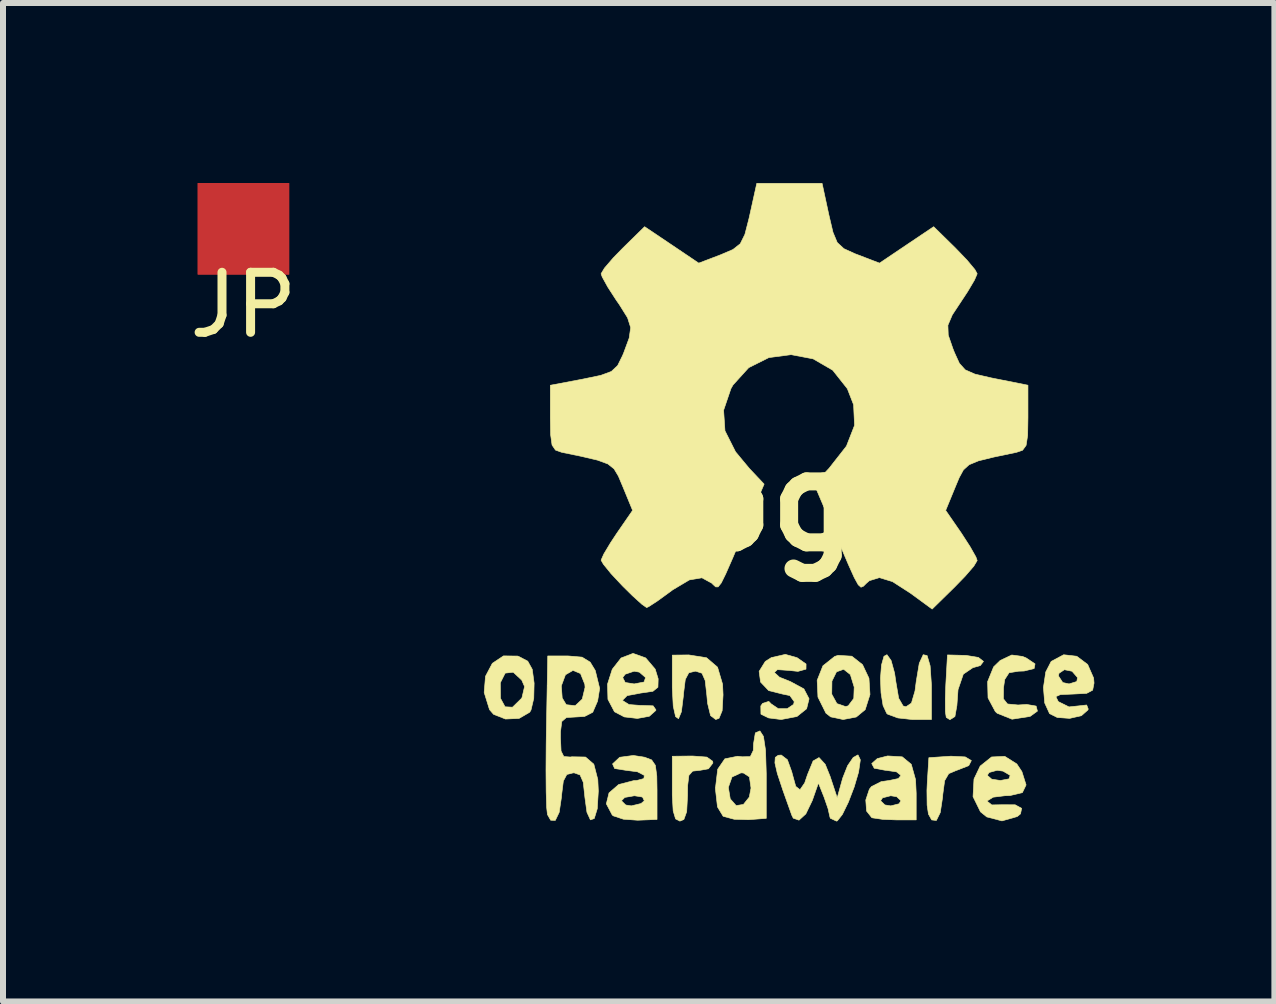
<source format=kicad_pcb>
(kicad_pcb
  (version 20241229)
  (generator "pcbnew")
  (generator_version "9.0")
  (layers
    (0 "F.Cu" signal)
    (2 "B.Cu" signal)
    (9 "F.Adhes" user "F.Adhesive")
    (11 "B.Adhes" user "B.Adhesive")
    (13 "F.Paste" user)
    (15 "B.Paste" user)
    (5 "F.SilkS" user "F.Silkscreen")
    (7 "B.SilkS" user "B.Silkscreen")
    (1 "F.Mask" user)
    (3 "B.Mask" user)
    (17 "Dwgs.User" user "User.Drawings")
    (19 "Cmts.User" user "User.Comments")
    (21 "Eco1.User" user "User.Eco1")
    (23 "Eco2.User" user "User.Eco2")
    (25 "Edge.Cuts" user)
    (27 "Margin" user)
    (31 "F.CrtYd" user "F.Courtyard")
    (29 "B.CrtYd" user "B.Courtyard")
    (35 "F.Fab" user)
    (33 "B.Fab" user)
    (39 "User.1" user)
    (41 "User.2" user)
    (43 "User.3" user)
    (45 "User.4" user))
  (footprint "logo"
    (layer "F.Cu")
    (at 10.098 5.297)
    (property "Reference" "logo" (at 0 0 0) (layer "F.SilkS") (effects (font (size 1.524 1.524) (thickness 0.3))))
    (attr through_hole)
    (fp_poly (pts (xy 2.949 2.573) (xy 3.154 2.607) (xy 3.238 2.673) (xy 3.186 2.742) (xy 3.06 2.778) (xy 2.902 2.885) (xy 2.814 3.143) (xy 2.795 3.408) (xy 2.762 3.592) (xy 2.679 3.644) (xy 2.618 3.606) (xy 2.603 3.509) (xy 2.602 3.294) (xy 2.61 3.068) (xy 2.638 2.565) (xy 2.949 2.573)) (stroke (width 0.01) (type solid)) (fill yes) (layer "F.SilkS"))
    (fp_poly (pts (xy -1.371 4.267) (xy -1.275 4.336) (xy -1.27 4.366) (xy -1.344 4.462) (xy -1.482 4.487) (xy -1.607 4.501) (xy -1.67 4.571) (xy -1.691 4.741) (xy -1.693 4.911) (xy -1.707 5.177) (xy -1.754 5.307) (xy -1.82 5.334) (xy -1.892 5.297) (xy -1.932 5.164) (xy -1.947 4.904) (xy -1.947 4.794) (xy -1.947 4.253) (xy -1.609 4.249) (xy -1.371 4.267)) (stroke (width 0.01) (type solid)) (fill yes) (layer "F.SilkS"))
    (fp_poly (pts (xy 2.934 4.264) (xy 3.036 4.325) (xy 2.993 4.409) (xy 2.794 4.487) (xy 2.788 4.488) (xy 2.659 4.543) (xy 2.591 4.66) (xy 2.56 4.889) (xy 2.557 4.935) (xy 2.518 5.191) (xy 2.453 5.323) (xy 2.375 5.314) (xy 2.321 5.217) (xy 2.299 5.068) (xy 2.296 4.822) (xy 2.302 4.689) (xy 2.328 4.277) (xy 2.696 4.252) (xy 2.934 4.264)) (stroke (width 0.01) (type solid)) (fill yes) (layer "F.SilkS"))
    (fp_poly (pts (xy 3.889 2.59) (xy 3.951 2.616) (xy 4.097 2.714) (xy 4.082 2.792) (xy 3.915 2.833) (xy 3.824 2.836) (xy 3.664 2.862) (xy 3.592 2.974) (xy 3.572 3.111) (xy 3.57 3.296) (xy 3.638 3.382) (xy 3.814 3.399) (xy 3.958 3.39) (xy 4.115 3.417) (xy 4.137 3.501) (xy 4.015 3.589) (xy 3.714 3.636) (xy 3.467 3.537) (xy 3.435 3.508) (xy 3.314 3.281) (xy 3.307 3.01) (xy 3.407 2.764) (xy 3.517 2.657) (xy 3.709 2.566) (xy 3.889 2.59)) (stroke (width 0.01) (type solid)) (fill yes) (layer "F.SilkS"))
    (fp_poly (pts (xy -1.376 2.612) (xy -1.193 2.769) (xy -1.109 3.053) (xy -1.101 3.23) (xy -1.116 3.495) (xy -1.168 3.621) (xy -1.223 3.641) (xy -1.309 3.576) (xy -1.359 3.37) (xy -1.371 3.239) (xy -1.399 2.991) (xy -1.452 2.87) (xy -1.552 2.837) (xy -1.566 2.836) (xy -1.672 2.863) (xy -1.73 2.973) (xy -1.759 3.205) (xy -1.761 3.239) (xy -1.795 3.512) (xy -1.843 3.627) (xy -1.892 3.593) (xy -1.931 3.417) (xy -1.947 3.11) (xy -1.947 3.104) (xy -1.947 2.568) (xy -1.672 2.565) (xy -1.376 2.612)) (stroke (width 0.01) (type solid)) (fill yes) (layer "F.SilkS"))
    (fp_poly (pts (xy 1.699 2.658) (xy 1.757 2.868) (xy 1.778 3.012) (xy 1.825 3.287) (xy 1.899 3.415) (xy 1.947 3.429) (xy 2.038 3.367) (xy 2.097 3.166) (xy 2.117 3.012) (xy 2.168 2.705) (xy 2.234 2.561) (xy 2.299 2.576) (xy 2.349 2.746) (xy 2.371 3.066) (xy 2.371 3.083) (xy 2.371 3.641) (xy 2.049 3.641) (xy 1.812 3.615) (xy 1.643 3.553) (xy 1.626 3.539) (xy 1.565 3.408) (xy 1.531 3.195) (xy 1.522 2.952) (xy 1.539 2.733) (xy 1.58 2.588) (xy 1.63 2.561) (xy 1.699 2.658)) (stroke (width 0.01) (type solid)) (fill yes) (layer "F.SilkS"))
    (fp_poly (pts (xy 1.044 2.586) (xy 1.223 2.727) (xy 1.33 2.954) (xy 1.347 3.225) (xy 1.267 3.477) (xy 1.119 3.599) (xy 0.9 3.641) (xy 0.692 3.597) (xy 0.613 3.535) (xy 0.48 3.267) (xy 0.478 3.219) (xy 0.71 3.219) (xy 0.796 3.376) (xy 0.94 3.425) (xy 0.984 3.413) (xy 1.077 3.29) (xy 1.084 3.101) (xy 1.02 2.892) (xy 0.908 2.804) (xy 0.789 2.847) (xy 0.713 3.001) (xy 0.71 3.219) (xy 0.478 3.219) (xy 0.467 2.988) (xy 0.563 2.746) (xy 0.759 2.59) (xy 0.816 2.572) (xy 1.044 2.586)) (stroke (width 0.01) (type solid)) (fill yes) (layer "F.SilkS"))
    (fp_poly (pts (xy -4.523 2.584) (xy -4.506 2.59) (xy -4.355 2.669) (xy -4.28 2.805) (xy -4.249 3.035) (xy -4.255 3.289) (xy -4.301 3.483) (xy -4.323 3.52) (xy -4.5 3.623) (xy -4.726 3.633) (xy -4.924 3.555) (xy -4.992 3.477) (xy -5.081 3.19) (xy -5.068 3.033) (xy -4.812 3.033) (xy -4.809 3.289) (xy -4.733 3.429) (xy -4.609 3.436) (xy -4.462 3.292) (xy -4.451 3.276) (xy -4.408 3.092) (xy -4.455 2.985) (xy -4.597 2.853) (xy -4.731 2.868) (xy -4.81 3.025) (xy -4.812 3.033) (xy -5.068 3.033) (xy -5.059 2.921) (xy -4.945 2.705) (xy -4.759 2.581) (xy -4.523 2.584)) (stroke (width 0.01) (type solid)) (fill yes) (layer "F.SilkS"))
    (fp_poly (pts (xy 0.132 2.611) (xy 0.282 2.716) (xy 0.281 2.802) (xy 0.147 2.839) (xy -0.003 2.823) (xy -0.195 2.81) (xy -0.247 2.857) (xy -0.161 2.936) (xy 0.021 3.009) (xy 0.246 3.131) (xy 0.332 3.296) (xy 0.291 3.462) (xy 0.13 3.591) (xy -0.132 3.641) (xy -0.341 3.615) (xy -0.467 3.554) (xy -0.47 3.549) (xy -0.472 3.415) (xy -0.442 3.372) (xy -0.339 3.339) (xy -0.301 3.379) (xy -0.182 3.46) (xy -0.031 3.46) (xy 0.074 3.389) (xy 0.085 3.344) (xy 0.012 3.242) (xy -0.11 3.217) (xy -0.341 3.159) (xy -0.476 3.017) (xy -0.5 2.839) (xy -0.397 2.673) (xy -0.296 2.609) (xy -0.063 2.556) (xy 0.132 2.611)) (stroke (width 0.01) (type solid)) (fill yes) (layer "F.SilkS"))
    (fp_poly (pts (xy -2.406 4.27) (xy -2.291 4.314) (xy -2.229 4.404) (xy -2.205 4.582) (xy -2.201 4.814) (xy -2.201 5.306) (xy -2.524 5.319) (xy -2.761 5.302) (xy -2.93 5.246) (xy -2.948 5.231) (xy -3.046 5.045) (xy -3.033 4.995) (xy -2.794 4.995) (xy -2.723 5.065) (xy -2.63 5.08) (xy -2.468 5.041) (xy -2.413 4.995) (xy -2.443 4.933) (xy -2.577 4.911) (xy -2.739 4.939) (xy -2.794 4.995) (xy -3.033 4.995) (xy -3.001 4.864) (xy -2.84 4.724) (xy -2.585 4.658) (xy -2.541 4.657) (xy -2.42 4.625) (xy -2.413 4.572) (xy -2.527 4.512) (xy -2.721 4.487) (xy -2.907 4.458) (xy -2.942 4.381) (xy -2.823 4.27) (xy -2.595 4.24) (xy -2.406 4.27)) (stroke (width 0.01) (type solid)) (fill yes) (layer "F.SilkS"))
    (fp_poly (pts (xy -0.428 3.922) (xy -0.393 4.154) (xy -0.381 4.541) (xy -0.381 4.577) (xy -0.381 5.288) (xy -0.677 5.31) (xy -0.915 5.303) (xy -1.092 5.256) (xy -1.101 5.251) (xy -1.194 5.097) (xy -1.228 4.798) (xy -1.228 4.784) (xy -1.226 4.772) (xy -1.013 4.772) (xy -0.981 4.964) (xy -0.883 5.075) (xy -0.762 5.056) (xy -0.664 4.934) (xy -0.635 4.783) (xy -0.662 4.597) (xy -0.762 4.532) (xy -0.803 4.53) (xy -0.952 4.599) (xy -1.013 4.772) (xy -1.226 4.772) (xy -1.19 4.469) (xy -1.071 4.296) (xy -0.859 4.253) (xy -0.783 4.262) (xy -0.647 4.259) (xy -0.597 4.156) (xy -0.593 4.045) (xy -0.563 3.864) (xy -0.487 3.831) (xy -0.428 3.922)) (stroke (width 0.01) (type solid)) (fill yes) (layer "F.SilkS"))
    (fp_poly (pts (xy 3.793 4.381) (xy 3.878 4.509) (xy 3.948 4.731) (xy 3.886 4.859) (xy 3.68 4.908) (xy 3.593 4.911) (xy 3.4 4.935) (xy 3.304 4.994) (xy 3.302 5.005) (xy 3.376 5.064) (xy 3.56 5.061) (xy 3.766 5.062) (xy 3.874 5.121) (xy 3.855 5.213) (xy 3.8 5.258) (xy 3.546 5.33) (xy 3.293 5.264) (xy 3.188 5.179) (xy 3.064 4.926) (xy 3.08 4.632) (xy 3.109 4.572) (xy 3.302 4.572) (xy 3.375 4.635) (xy 3.519 4.657) (xy 3.663 4.63) (xy 3.683 4.572) (xy 3.564 4.501) (xy 3.466 4.487) (xy 3.331 4.524) (xy 3.302 4.572) (xy 3.109 4.572) (xy 3.183 4.417) (xy 3.373 4.265) (xy 3.593 4.255) (xy 3.793 4.381)) (stroke (width 0.01) (type solid)) (fill yes) (layer "F.SilkS"))
    (fp_poly (pts (xy 1.885 4.263) (xy 2.035 4.387) (xy 2.106 4.641) (xy 2.117 4.869) (xy 2.117 5.314) (xy 1.799 5.314) (xy 1.562 5.305) (xy 1.391 5.28) (xy 1.376 5.275) (xy 1.29 5.166) (xy 1.278 4.995) (xy 1.524 4.995) (xy 1.595 5.064) (xy 1.693 5.08) (xy 1.831 5.045) (xy 1.863 4.995) (xy 1.792 4.927) (xy 1.693 4.911) (xy 1.556 4.946) (xy 1.524 4.995) (xy 1.278 4.995) (xy 1.277 4.982) (xy 1.337 4.802) (xy 1.372 4.758) (xy 1.534 4.676) (xy 1.668 4.657) (xy 1.819 4.625) (xy 1.863 4.572) (xy 1.789 4.513) (xy 1.611 4.487) (xy 1.602 4.487) (xy 1.418 4.453) (xy 1.376 4.375) (xy 1.469 4.292) (xy 1.641 4.248) (xy 1.885 4.263)) (stroke (width 0.01) (type solid)) (fill yes) (layer "F.SilkS"))
    (fp_poly (pts (xy -2.39 2.615) (xy -2.232 2.801) (xy -2.182 2.963) (xy -2.186 3.103) (xy -2.27 3.171) (xy -2.479 3.201) (xy -2.482 3.202) (xy -2.7 3.243) (xy -2.772 3.316) (xy -2.769 3.329) (xy -2.668 3.392) (xy -2.47 3.407) (xy -2.46 3.406) (xy -2.266 3.413) (xy -2.219 3.481) (xy -2.222 3.491) (xy -2.33 3.587) (xy -2.528 3.623) (xy -2.746 3.598) (xy -2.91 3.512) (xy -3.019 3.305) (xy -3.026 3.052) (xy -2.991 2.942) (xy -2.773 2.942) (xy -2.731 3.024) (xy -2.582 3.048) (xy -2.417 3.016) (xy -2.392 2.942) (xy -2.495 2.852) (xy -2.582 2.836) (xy -2.731 2.886) (xy -2.773 2.942) (xy -2.991 2.942) (xy -2.947 2.804) (xy -2.8 2.616) (xy -2.602 2.54) (xy -2.599 2.54) (xy -2.39 2.615)) (stroke (width 0.01) (type solid)) (fill yes) (layer "F.SilkS"))
    (fp_poly (pts (xy 4.792 2.587) (xy 4.974 2.724) (xy 5.073 2.95) (xy 5.08 3.034) (xy 5.057 3.152) (xy 4.957 3.205) (xy 4.734 3.217) (xy 4.731 3.217) (xy 4.518 3.226) (xy 4.444 3.26) (xy 4.481 3.336) (xy 4.487 3.344) (xy 4.663 3.431) (xy 4.804 3.416) (xy 4.957 3.399) (xy 4.983 3.465) (xy 4.979 3.481) (xy 4.87 3.577) (xy 4.674 3.622) (xy 4.467 3.607) (xy 4.339 3.543) (xy 4.258 3.365) (xy 4.237 3.108) (xy 4.266 2.915) (xy 4.487 2.915) (xy 4.559 3.025) (xy 4.664 3.048) (xy 4.793 3.008) (xy 4.805 2.942) (xy 4.714 2.837) (xy 4.586 2.811) (xy 4.496 2.871) (xy 4.487 2.915) (xy 4.266 2.915) (xy 4.275 2.85) (xy 4.366 2.673) (xy 4.574 2.562) (xy 4.792 2.587)) (stroke (width 0.01) (type solid)) (fill yes) (layer "F.SilkS"))
    (fp_poly (pts (xy 1.185 4.309) (xy 1.185 4.325) (xy 1.157 4.517) (xy 1.084 4.765) (xy 0.987 5.018) (xy 0.887 5.223) (xy 0.804 5.329) (xy 0.789 5.334) (xy 0.686 5.286) (xy 0.677 5.255) (xy 0.648 5.125) (xy 0.583 4.937) (xy 0.488 4.699) (xy 0.386 4.99) (xy 0.278 5.214) (xy 0.164 5.318) (xy 0.069 5.285) (xy 0.044 5.235) (xy -0.104 4.82) (xy -0.197 4.539) (xy -0.237 4.364) (xy -0.231 4.272) (xy -0.182 4.237) (xy -0.131 4.233) (xy -0.029 4.311) (xy 0.045 4.516) (xy 0.048 4.53) (xy 0.11 4.755) (xy 0.181 4.811) (xy 0.259 4.698) (xy 0.307 4.557) (xy 0.399 4.332) (xy 0.498 4.275) (xy 0.601 4.387) (xy 0.682 4.587) (xy 0.801 4.946) (xy 0.893 4.616) (xy 0.974 4.411) (xy 1.068 4.273) (xy 1.147 4.23) (xy 1.185 4.309)) (stroke (width 0.01) (type solid)) (fill yes) (layer "F.SilkS"))
    (fp_poly (pts (xy -3.45 2.602) (xy -3.315 2.685) (xy -3.23 2.825) (xy -3.157 3.123) (xy -3.191 3.333) (xy -3.272 3.52) (xy -3.408 3.59) (xy -3.539 3.598) (xy -3.711 3.608) (xy -3.788 3.674) (xy -3.809 3.842) (xy -3.81 3.946) (xy -3.8 4.166) (xy -3.754 4.258) (xy -3.647 4.266) (xy -3.619 4.262) (xy -3.393 4.266) (xy -3.254 4.386) (xy -3.188 4.64) (xy -3.179 4.833) (xy -3.197 5.128) (xy -3.247 5.291) (xy -3.311 5.313) (xy -3.369 5.186) (xy -3.403 4.937) (xy -3.43 4.687) (xy -3.483 4.565) (xy -3.58 4.53) (xy -3.598 4.53) (xy -3.704 4.557) (xy -3.762 4.666) (xy -3.791 4.898) (xy -3.793 4.932) (xy -3.831 5.187) (xy -3.896 5.322) (xy -3.973 5.319) (xy -4.027 5.224) (xy -4.04 5.105) (xy -4.048 4.848) (xy -4.051 4.488) (xy -4.048 4.057) (xy -4.045 3.849) (xy -4.031 3.081) (xy -3.796 3.081) (xy -3.781 3.282) (xy -3.714 3.394) (xy -3.564 3.411) (xy -3.447 3.301) (xy -3.4 3.105) (xy -3.404 3.055) (xy -3.476 2.875) (xy -3.602 2.823) (xy -3.727 2.896) (xy -3.796 3.081) (xy -4.031 3.081) (xy -4.022 2.582) (xy -3.684 2.582) (xy -3.45 2.602)) (stroke (width 0.01) (type solid)) (fill yes) (layer "F.SilkS"))
    (fp_poly (pts (xy 0.662 -4.767) (xy 0.73 -4.478) (xy 0.801 -4.307) (xy 0.912 -4.204) (xy 1.096 -4.12) (xy 1.141 -4.103) (xy 1.506 -3.963) (xy 1.957 -4.267) (xy 2.408 -4.57) (xy 2.77 -4.215) (xy 2.963 -4.014) (xy 3.095 -3.856) (xy 3.133 -3.786) (xy 3.088 -3.681) (xy 2.974 -3.488) (xy 2.879 -3.344) (xy 2.718 -3.1) (xy 2.645 -2.928) (xy 2.651 -2.763) (xy 2.728 -2.54) (xy 2.755 -2.472) (xy 2.836 -2.294) (xy 2.934 -2.185) (xy 3.095 -2.114) (xy 3.367 -2.051) (xy 3.432 -2.038) (xy 3.979 -1.929) (xy 3.979 -1.389) (xy 3.974 -1.094) (xy 3.948 -0.926) (xy 3.889 -0.845) (xy 3.789 -0.811) (xy 3.407 -0.731) (xy 3.155 -0.669) (xy 2.998 -0.604) (xy 2.903 -0.517) (xy 2.833 -0.388) (xy 2.77 -0.237) (xy 2.608 0.157) (xy 2.871 0.538) (xy 3.016 0.763) (xy 3.112 0.933) (xy 3.133 0.992) (xy 3.077 1.086) (xy 2.93 1.256) (xy 2.758 1.433) (xy 2.383 1.801) (xy 2.021 1.536) (xy 1.723 1.344) (xy 1.504 1.277) (xy 1.337 1.328) (xy 1.288 1.37) (xy 1.238 1.42) (xy 1.197 1.437) (xy 1.151 1.396) (xy 1.085 1.276) (xy 0.985 1.054) (xy 0.837 0.707) (xy 0.774 0.558) (xy 0.417 -0.281) (xy 0.664 -0.543) (xy 0.955 -0.914) (xy 1.09 -1.26) (xy 1.074 -1.604) (xy 0.97 -1.871) (xy 0.726 -2.179) (xy 0.4 -2.368) (xy 0.033 -2.438) (xy -0.338 -2.389) (xy -0.674 -2.221) (xy -0.935 -1.933) (xy -0.97 -1.871) (xy -1.092 -1.512) (xy -1.069 -1.169) (xy -0.893 -0.819) (xy -0.664 -0.543) (xy -0.417 -0.281) (xy -0.774 0.558) (xy -0.941 0.952) (xy -1.056 1.214) (xy -1.131 1.366) (xy -1.183 1.431) (xy -1.224 1.431) (xy -1.269 1.39) (xy -1.288 1.37) (xy -1.453 1.28) (xy -1.662 1.315) (xy -1.941 1.481) (xy -1.996 1.522) (xy -2.197 1.668) (xy -2.339 1.76) (xy -2.374 1.776) (xy -2.453 1.721) (xy -2.611 1.578) (xy -2.776 1.415) (xy -2.966 1.212) (xy -3.095 1.053) (xy -3.133 0.986) (xy -3.088 0.884) (xy -2.974 0.694) (xy -2.871 0.538) (xy -2.608 0.157) (xy -2.77 -0.237) (xy -2.845 -0.415) (xy -2.917 -0.535) (xy -3.02 -0.617) (xy -3.191 -0.68) (xy -3.463 -0.744) (xy -3.789 -0.811) (xy -3.893 -0.848) (xy -3.95 -0.932) (xy -3.974 -1.105) (xy -3.979 -1.389) (xy -3.979 -1.928) (xy -3.435 -2.031) (xy -3.138 -2.093) (xy -2.962 -2.158) (xy -2.857 -2.257) (xy -2.776 -2.421) (xy -2.757 -2.466) (xy -2.665 -2.715) (xy -2.64 -2.889) (xy -2.692 -3.053) (xy -2.83 -3.274) (xy -2.879 -3.344) (xy -3.022 -3.565) (xy -3.114 -3.732) (xy -3.133 -3.786) (xy -3.077 -3.88) (xy -2.931 -4.05) (xy -2.77 -4.215) (xy -2.408 -4.57) (xy -1.957 -4.267) (xy -1.506 -3.963) (xy -1.139 -4.103) (xy -0.936 -4.19) (xy -0.814 -4.286) (xy -0.737 -4.442) (xy -0.669 -4.706) (xy -0.655 -4.768) (xy -0.539 -5.292) (xy 0.549 -5.292) (xy 0.662 -4.767)) (stroke (width 0.01) (type solid)) (fill yes) (layer "F.SilkS")))
  (footprint "JP"
    (layer "F.Cu")
    (at 1.006 0.762)
    (property "Reference" "JP" (at 0 1.27 0) (layer "F.SilkS") (effects (font (size 1 1) (thickness 0.15))))
    (attr through_hole)
    (pad "1" smd rect (at 0 0) (size 1.524 1.524) (layers "F.Cu"))
    (pad "2" smd rect (at 0 0) (size 1.524 1.524) (layers "F.Cu")))
  (gr_rect
    (start -3 -3)
    (end 18.183 13.636)
    (stroke (width 0.1) (type default))
    (fill no)
    (layer "Edge.Cuts")))
</source>
